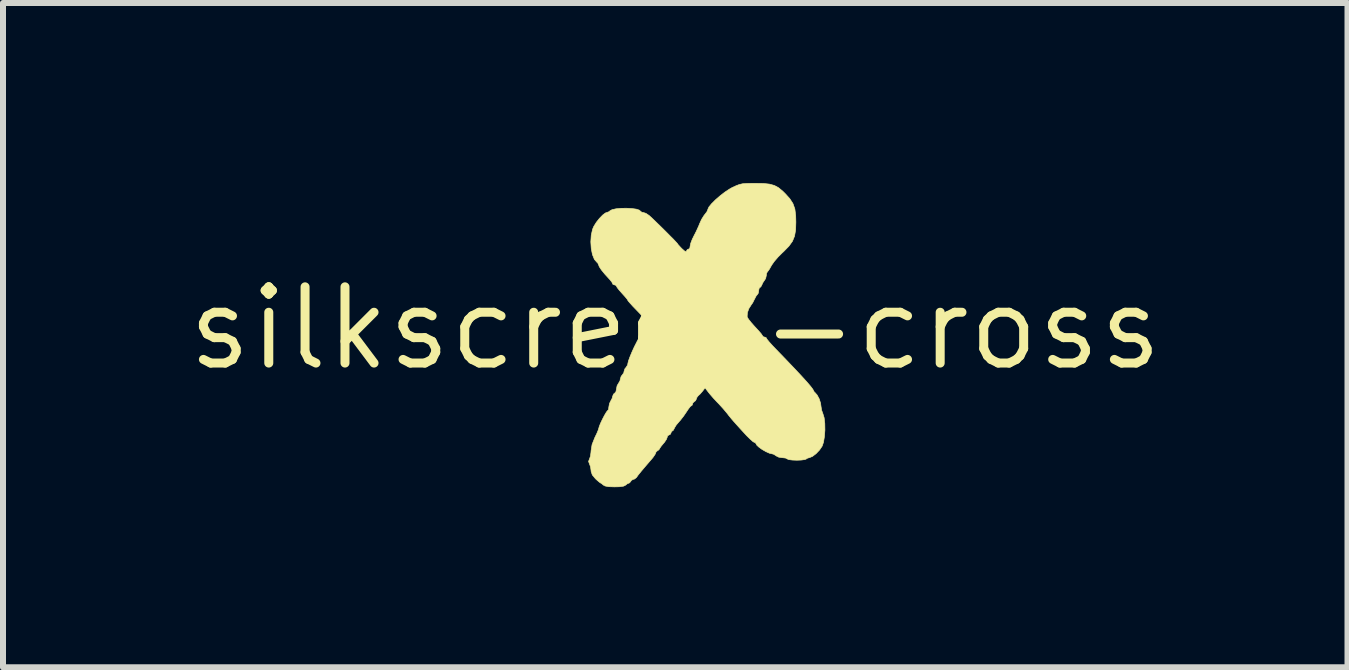
<source format=kicad_pcb>
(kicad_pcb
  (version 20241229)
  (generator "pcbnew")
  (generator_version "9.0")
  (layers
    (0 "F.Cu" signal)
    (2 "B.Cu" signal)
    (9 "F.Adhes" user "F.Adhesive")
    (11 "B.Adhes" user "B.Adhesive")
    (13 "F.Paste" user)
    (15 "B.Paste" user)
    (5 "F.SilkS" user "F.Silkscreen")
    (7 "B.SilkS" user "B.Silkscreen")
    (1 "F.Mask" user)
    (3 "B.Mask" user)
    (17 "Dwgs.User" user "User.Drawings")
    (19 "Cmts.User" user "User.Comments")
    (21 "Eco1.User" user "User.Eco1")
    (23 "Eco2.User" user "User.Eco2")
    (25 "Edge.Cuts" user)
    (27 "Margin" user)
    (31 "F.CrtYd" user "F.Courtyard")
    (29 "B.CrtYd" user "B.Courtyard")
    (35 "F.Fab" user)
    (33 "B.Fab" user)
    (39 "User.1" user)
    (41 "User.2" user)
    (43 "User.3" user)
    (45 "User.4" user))
  (footprint "silkscreen-cross"
    (layer "F.Cu")
    (at 8.202 2.42)
    (property "Reference" "silkscreen-cross" (at 0 0 0) (layer "F.SilkS") (effects (font (size 1.27 1.27) (thickness 0.15))))
    (attr through_hole)
    (fp_poly (pts (xy 1.471 -2.413) (xy 1.571 -2.402) (xy 1.651 -2.38) (xy 1.72 -2.343) (xy 1.788 -2.287) (xy 1.829 -2.247) (xy 1.908 -2.16) (xy 1.961 -2.078) (xy 1.993 -1.989) (xy 2.007 -1.88) (xy 2.01 -1.77) (xy 2.006 -1.639) (xy 1.988 -1.536) (xy 1.953 -1.45) (xy 1.894 -1.368) (xy 1.806 -1.278) (xy 1.782 -1.256) (xy 1.713 -1.187) (xy 1.651 -1.115) (xy 1.608 -1.054) (xy 1.602 -1.044) (xy 1.571 -0.988) (xy 1.545 -0.951) (xy 1.537 -0.943) (xy 1.522 -0.915) (xy 1.518 -0.881) (xy 1.506 -0.829) (xy 1.489 -0.802) (xy 1.459 -0.758) (xy 1.445 -0.726) (xy 1.426 -0.69) (xy 1.411 -0.68) (xy 1.396 -0.662) (xy 1.391 -0.628) (xy 1.383 -0.583) (xy 1.369 -0.563) (xy 1.347 -0.536) (xy 1.322 -0.487) (xy 1.319 -0.482) (xy 1.291 -0.425) (xy 1.262 -0.384) (xy 1.262 -0.383) (xy 1.226 -0.327) (xy 1.202 -0.259) (xy 1.198 -0.198) (xy 1.202 -0.181) (xy 1.224 -0.147) (xy 1.267 -0.093) (xy 1.323 -0.03) (xy 1.336 -0.016) (xy 1.391 0.044) (xy 1.433 0.093) (xy 1.453 0.123) (xy 1.454 0.127) (xy 1.472 0.144) (xy 1.486 0.146) (xy 1.514 0.156) (xy 1.518 0.165) (xy 1.532 0.187) (xy 1.569 0.232) (xy 1.624 0.293) (xy 1.671 0.342) (xy 1.839 0.516) (xy 1.983 0.667) (xy 2.101 0.793) (xy 2.193 0.894) (xy 2.257 0.969) (xy 2.293 1.017) (xy 2.301 1.033) (xy 2.317 1.062) (xy 2.328 1.071) (xy 2.364 1.112) (xy 2.399 1.177) (xy 2.422 1.249) (xy 2.428 1.296) (xy 2.439 1.365) (xy 2.46 1.423) (xy 2.481 1.491) (xy 2.492 1.586) (xy 2.494 1.695) (xy 2.486 1.804) (xy 2.47 1.9) (xy 2.448 1.964) (xy 2.404 2.029) (xy 2.347 2.089) (xy 2.287 2.135) (xy 2.236 2.156) (xy 2.23 2.157) (xy 2.193 2.169) (xy 2.185 2.178) (xy 2.158 2.188) (xy 2.102 2.196) (xy 2.027 2.199) (xy 2.026 2.199) (xy 1.951 2.196) (xy 1.894 2.189) (xy 1.867 2.178) (xy 1.867 2.178) (xy 1.839 2.163) (xy 1.788 2.157) (xy 1.783 2.157) (xy 1.724 2.148) (xy 1.68 2.126) (xy 1.68 2.125) (xy 1.639 2.099) (xy 1.615 2.093) (xy 1.569 2.082) (xy 1.509 2.055) (xy 1.445 2.018) (xy 1.39 1.978) (xy 1.355 1.944) (xy 1.349 1.929) (xy 1.332 1.905) (xy 1.319 1.903) (xy 1.294 1.888) (xy 1.248 1.847) (xy 1.189 1.789) (xy 1.145 1.741) (xy 1.08 1.67) (xy 1.023 1.607) (xy 0.982 1.561) (xy 0.968 1.545) (xy 0.937 1.509) (xy 0.892 1.454) (xy 0.862 1.415) (xy 0.801 1.342) (xy 0.731 1.265) (xy 0.7 1.233) (xy 0.639 1.168) (xy 0.58 1.1) (xy 0.555 1.069) (xy 0.497 0.993) (xy 0.453 1.051) (xy 0.414 1.096) (xy 0.382 1.125) (xy 0.381 1.126) (xy 0.356 1.16) (xy 0.354 1.174) (xy 0.337 1.208) (xy 0.322 1.218) (xy 0.294 1.244) (xy 0.29 1.259) (xy 0.279 1.286) (xy 0.271 1.289) (xy 0.25 1.305) (xy 0.217 1.348) (xy 0.188 1.392) (xy 0.139 1.464) (xy 0.086 1.532) (xy 0.061 1.56) (xy 0.017 1.612) (xy -0.012 1.659) (xy -0.016 1.669) (xy -0.035 1.703) (xy -0.05 1.712) (xy -0.067 1.729) (xy -0.07 1.744) (xy -0.087 1.772) (xy -0.101 1.776) (xy -0.128 1.793) (xy -0.133 1.813) (xy -0.147 1.851) (xy -0.181 1.902) (xy -0.197 1.92) (xy -0.235 1.966) (xy -0.258 2) (xy -0.26 2.007) (xy -0.277 2.029) (xy -0.292 2.037) (xy -0.32 2.061) (xy -0.324 2.074) (xy -0.337 2.103) (xy -0.369 2.15) (xy -0.392 2.178) (xy -0.491 2.293) (xy -0.568 2.384) (xy -0.621 2.45) (xy -0.647 2.487) (xy -0.647 2.487) (xy -0.68 2.513) (xy -0.696 2.516) (xy -0.73 2.534) (xy -0.739 2.548) (xy -0.761 2.576) (xy -0.772 2.58) (xy -0.802 2.593) (xy -0.824 2.612) (xy -0.861 2.631) (xy -0.929 2.641) (xy -1.012 2.643) (xy -1.109 2.64) (xy -1.171 2.628) (xy -1.199 2.612) (xy -1.23 2.586) (xy -1.242 2.58) (xy -1.263 2.566) (xy -1.303 2.532) (xy -1.329 2.508) (xy -1.382 2.444) (xy -1.402 2.385) (xy -1.403 2.37) (xy -1.412 2.308) (xy -1.429 2.262) (xy -1.445 2.219) (xy -1.429 2.178) (xy -1.413 2.131) (xy -1.404 2.064) (xy -1.403 2.043) (xy -1.386 1.937) (xy -1.34 1.821) (xy -1.307 1.753) (xy -1.285 1.7) (xy -1.276 1.672) (xy -1.267 1.639) (xy -1.245 1.583) (xy -1.214 1.518) (xy -1.181 1.454) (xy -1.151 1.403) (xy -1.131 1.375) (xy -1.127 1.373) (xy -1.112 1.355) (xy -1.107 1.314) (xy -1.096 1.254) (xy -1.076 1.213) (xy -1.051 1.166) (xy -1.044 1.135) (xy -1.028 1.096) (xy -1.012 1.085) (xy -0.988 1.056) (xy -0.98 1.013) (xy -0.969 0.957) (xy -0.948 0.921) (xy -0.921 0.876) (xy -0.916 0.848) (xy -0.901 0.8) (xy -0.885 0.781) (xy -0.857 0.74) (xy -0.853 0.717) (xy -0.838 0.673) (xy -0.821 0.654) (xy -0.794 0.612) (xy -0.789 0.584) (xy -0.78 0.545) (xy -0.756 0.479) (xy -0.722 0.397) (xy -0.682 0.309) (xy -0.64 0.227) (xy -0.639 0.224) (xy -0.616 0.181) (xy -0.584 0.121) (xy -0.574 0.102) (xy -0.544 0.052) (xy -0.519 0.022) (xy -0.512 0.019) (xy -0.5 0) (xy -0.493 -0.047) (xy -0.493 -0.065) (xy -0.496 -0.107) (xy -0.508 -0.144) (xy -0.536 -0.185) (xy -0.584 -0.24) (xy -0.641 -0.299) (xy -0.704 -0.364) (xy -0.753 -0.418) (xy -0.784 -0.454) (xy -0.79 -0.464) (xy -0.803 -0.486) (xy -0.839 -0.529) (xy -0.885 -0.58) (xy -0.934 -0.635) (xy -0.968 -0.679) (xy -0.98 -0.702) (xy -0.997 -0.72) (xy -1.012 -0.722) (xy -1.04 -0.733) (xy -1.043 -0.743) (xy -1.057 -0.77) (xy -1.09 -0.811) (xy -1.101 -0.823) (xy -1.174 -0.903) (xy -1.231 -0.973) (xy -1.266 -1.026) (xy -1.276 -1.053) (xy -1.292 -1.088) (xy -1.303 -1.097) (xy -1.347 -1.147) (xy -1.38 -1.228) (xy -1.4 -1.329) (xy -1.407 -1.44) (xy -1.4 -1.55) (xy -1.378 -1.649) (xy -1.358 -1.696) (xy -1.316 -1.764) (xy -1.264 -1.83) (xy -1.21 -1.886) (xy -1.164 -1.921) (xy -1.141 -1.929) (xy -1.103 -1.943) (xy -1.088 -1.957) (xy -1.051 -1.977) (xy -0.986 -1.991) (xy -0.902 -1.999) (xy -0.811 -2) (xy -0.723 -1.995) (xy -0.648 -1.985) (xy -0.598 -1.968) (xy -0.582 -1.953) (xy -0.557 -1.933) (xy -0.532 -1.929) (xy -0.489 -1.915) (xy -0.438 -1.881) (xy -0.425 -1.87) (xy -0.374 -1.823) (xy -0.309 -1.76) (xy -0.235 -1.688) (xy -0.16 -1.614) (xy -0.09 -1.543) (xy -0.029 -1.482) (xy 0.014 -1.436) (xy 0.035 -1.413) (xy 0.036 -1.411) (xy 0.05 -1.391) (xy 0.085 -1.353) (xy 0.11 -1.327) (xy 0.155 -1.287) (xy 0.181 -1.276) (xy 0.184 -1.284) (xy 0.201 -1.311) (xy 0.216 -1.315) (xy 0.242 -1.333) (xy 0.248 -1.369) (xy 0.258 -1.417) (xy 0.284 -1.484) (xy 0.308 -1.533) (xy 0.35 -1.615) (xy 0.39 -1.703) (xy 0.406 -1.743) (xy 0.439 -1.815) (xy 0.479 -1.879) (xy 0.494 -1.898) (xy 0.528 -1.943) (xy 0.544 -1.981) (xy 0.544 -1.984) (xy 0.561 -2.021) (xy 0.605 -2.075) (xy 0.669 -2.139) (xy 0.746 -2.206) (xy 0.827 -2.269) (xy 0.906 -2.321) (xy 0.952 -2.347) (xy 1.016 -2.376) (xy 1.069 -2.396) (xy 1.122 -2.408) (xy 1.188 -2.413) (xy 1.279 -2.415) (xy 1.338 -2.415) (xy 1.471 -2.413)) (stroke (width 0.01) (type solid)) (fill yes) (layer "F.SilkS")))
  (gr_rect
    (start -3 -3)
    (end 19.404 8.069)
    (stroke (width 0.1) (type default))
    (fill no)
    (layer "Edge.Cuts")))
</source>
